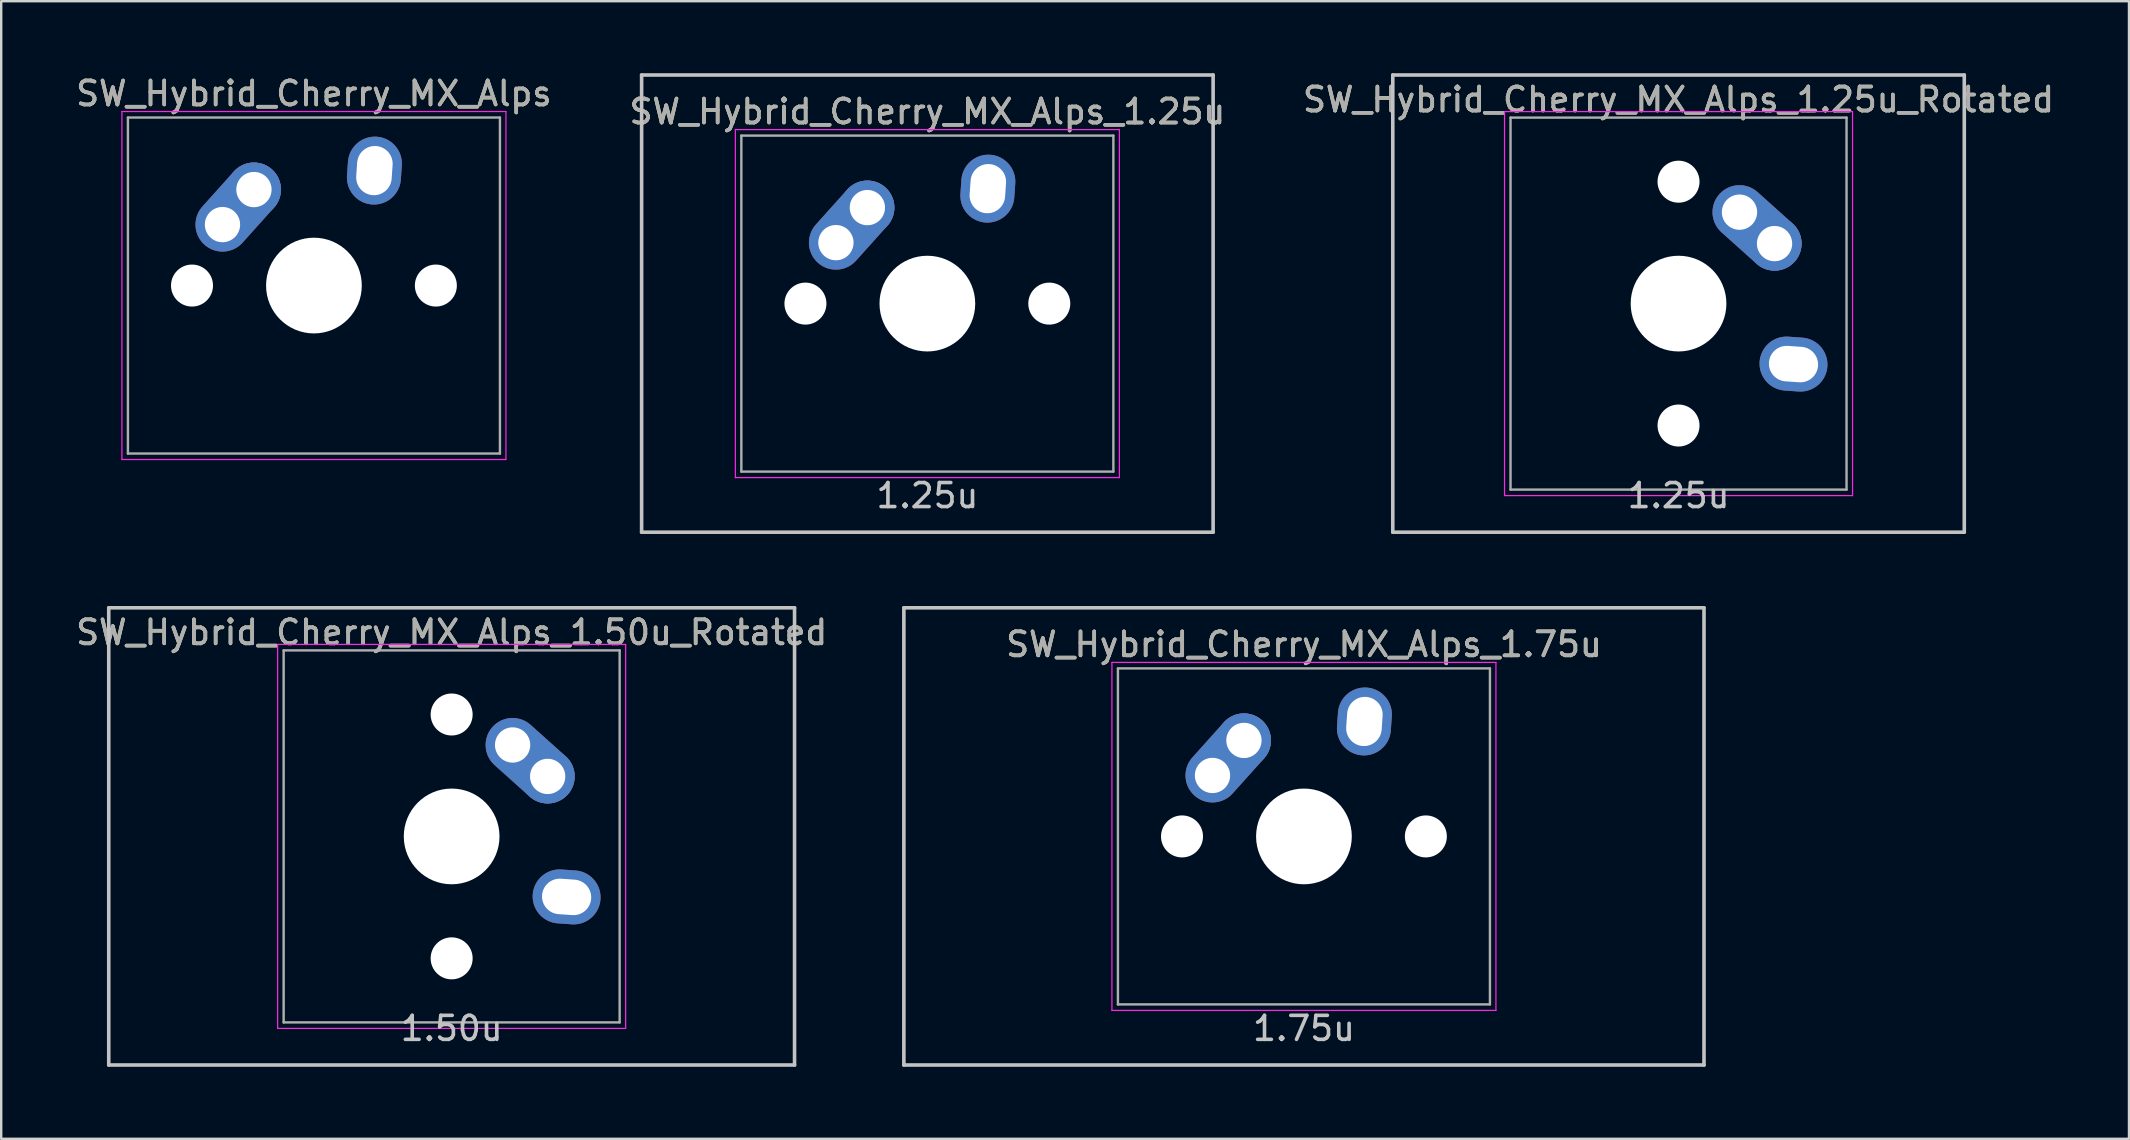
<source format=kicad_pcb>
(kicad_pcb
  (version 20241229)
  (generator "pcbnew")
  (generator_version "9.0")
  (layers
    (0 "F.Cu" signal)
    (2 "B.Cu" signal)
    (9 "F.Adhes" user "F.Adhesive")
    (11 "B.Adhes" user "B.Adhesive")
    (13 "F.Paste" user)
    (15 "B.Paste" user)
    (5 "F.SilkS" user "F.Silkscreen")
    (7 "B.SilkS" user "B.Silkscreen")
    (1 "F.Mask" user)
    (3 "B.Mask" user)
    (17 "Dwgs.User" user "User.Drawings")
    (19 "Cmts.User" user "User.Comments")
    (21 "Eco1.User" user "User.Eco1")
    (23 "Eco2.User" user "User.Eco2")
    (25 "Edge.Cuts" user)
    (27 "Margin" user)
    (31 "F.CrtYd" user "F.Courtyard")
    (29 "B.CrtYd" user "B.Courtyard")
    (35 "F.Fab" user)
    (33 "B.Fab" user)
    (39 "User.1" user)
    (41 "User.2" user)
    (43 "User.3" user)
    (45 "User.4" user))
  (footprint "SW_Hybrid_Cherry_MX_Alps_1.25u_Rotated"
    (layer "F.Cu")
    (at 66.887 9.6)
    (property "Reference" "SW_Hybrid_Cherry_MX_Alps_1.25u_Rotated" (at 0 -8.5 0) (layer "F.SilkS") (effects (font (size 1 1) (thickness 0.15))))
    (attr through_hole)
    (fp_line (start -11.906 -9.525) (end 11.906 -9.525) (stroke (width 0.15) (type solid)) (layer "Dwgs.User"))
    (fp_line (start -11.906 9.525) (end -11.906 -9.525) (stroke (width 0.15) (type solid)) (layer "Dwgs.User"))
    (fp_line (start 11.906 -9.525) (end 11.906 9.525) (stroke (width 0.15) (type solid)) (layer "Dwgs.User"))
    (fp_line (start 11.906 9.525) (end -11.906 9.525) (stroke (width 0.15) (type solid)) (layer "Dwgs.User"))
    (fp_line (start -7.25 -8) (end 7.25 -8) (stroke (width 0.05) (type solid)) (layer "F.CrtYd"))
    (fp_line (start -7.25 8) (end -7.25 -8) (stroke (width 0.05) (type solid)) (layer "F.CrtYd"))
    (fp_line (start 7.25 -8) (end 7.25 8) (stroke (width 0.05) (type solid)) (layer "F.CrtYd"))
    (fp_line (start 7.25 8) (end -7.25 8) (stroke (width 0.05) (type solid)) (layer "F.CrtYd"))
    (fp_line (start -7 -7.75) (end 7 -7.75) (stroke (width 0.1) (type solid)) (layer "F.Fab"))
    (fp_line (start -7 7.75) (end -7 -7.75) (stroke (width 0.1) (type solid)) (layer "F.Fab"))
    (fp_line (start 7 -7.75) (end 7 7.75) (stroke (width 0.1) (type solid)) (layer "F.Fab"))
    (fp_line (start 7 7.75) (end -7 7.75) (stroke (width 0.1) (type solid)) (layer "F.Fab"))
    (fp_text user "1.25u" (at 0 8 0) (layer "Dwgs.User") (effects (font (size 1 1) (thickness 0.15))))
    (fp_text user "${REFERENCE}" (at 0 -8.5 0) (layer "F.Fab") (effects (font (size 1 1) (thickness 0.15))))
    (pad "" np_thru_hole circle (at 0 -5.08 318.1) (size 1.75 1.75) (drill 1.75) (layers "*.Cu" "*.Mask"))
    (pad "" np_thru_hole circle (at 0 0 270) (size 3.988 3.988) (drill 3.988) (layers "*.Cu" "*.Mask"))
    (pad "" np_thru_hole circle (at 0 5.08 318.1) (size 1.75 1.75) (drill 1.75) (layers "*.Cu" "*.Mask"))
    (pad "1" thru_hole oval (at 2.54 -3.81 318.1) (size 4.212 2.25) (drill 1.47 (offset 0.981 0)) (layers "*.Cu" "B.Mask"))
    (pad "1" thru_hole circle (at 4 -2.5 270) (size 2.25 2.25) (drill 1.47) (layers "*.Cu" "B.Mask"))
    (pad "2" thru_hole oval (at 4.79 2.52 356) (size 2.831 2.25) (drill oval 2.051 1.48) (layers "*.Cu" "B.Mask")))
  (footprint "SW_Hybrid_Cherry_MX_Alps_1.75u"
    (layer "F.Cu")
    (at 51.279 31.8)
    (property "Reference" "SW_Hybrid_Cherry_MX_Alps_1.75u" (at 0 -8 0) (layer "F.SilkS") (effects (font (size 1 1) (thickness 0.15))))
    (attr through_hole)
    (fp_line (start -16.669 -9.525) (end 16.669 -9.525) (stroke (width 0.15) (type solid)) (layer "Dwgs.User"))
    (fp_line (start -16.669 9.525) (end -16.669 -9.525) (stroke (width 0.15) (type solid)) (layer "Dwgs.User"))
    (fp_line (start 16.669 -9.525) (end 16.669 9.525) (stroke (width 0.15) (type solid)) (layer "Dwgs.User"))
    (fp_line (start 16.669 9.525) (end -16.669 9.525) (stroke (width 0.15) (type solid)) (layer "Dwgs.User"))
    (fp_line (start -8 -7.25) (end 8 -7.25) (stroke (width 0.05) (type solid)) (layer "F.CrtYd"))
    (fp_line (start -8 7.25) (end -8 -7.25) (stroke (width 0.05) (type solid)) (layer "F.CrtYd"))
    (fp_line (start 8 -7.25) (end 8 7.25) (stroke (width 0.05) (type solid)) (layer "F.CrtYd"))
    (fp_line (start 8 7.25) (end -8 7.25) (stroke (width 0.05) (type solid)) (layer "F.CrtYd"))
    (fp_line (start -7.75 -7) (end 7.75 -7) (stroke (width 0.1) (type solid)) (layer "F.Fab"))
    (fp_line (start -7.75 7) (end -7.75 -7) (stroke (width 0.1) (type solid)) (layer "F.Fab"))
    (fp_line (start 7.75 -7) (end 7.75 7) (stroke (width 0.1) (type solid)) (layer "F.Fab"))
    (fp_line (start 7.75 7) (end -7.75 7) (stroke (width 0.1) (type solid)) (layer "F.Fab"))
    (fp_text user "1.75u" (at 0 8 0) (layer "Dwgs.User") (effects (font (size 1 1) (thickness 0.15))))
    (fp_text user "${REFERENCE}" (at 0 -8 0) (layer "F.Fab") (effects (font (size 1 1) (thickness 0.15))))
    (pad "" np_thru_hole circle (at -5.08 0 48.1) (size 1.75 1.75) (drill 1.75) (layers "*.Cu" "*.Mask"))
    (pad "" np_thru_hole circle (at 0 0) (size 3.988 3.988) (drill 3.988) (layers "*.Cu" "*.Mask"))
    (pad "" np_thru_hole circle (at 5.08 0 48.1) (size 1.75 1.75) (drill 1.75) (layers "*.Cu" "*.Mask"))
    (pad "1" thru_hole oval (at -3.81 -2.54 48.1) (size 4.212 2.25) (drill 1.47 (offset 0.981 0)) (layers "*.Cu" "B.Mask"))
    (pad "1" thru_hole circle (at -2.5 -4) (size 2.25 2.25) (drill 1.47) (layers "*.Cu" "B.Mask"))
    (pad "2" thru_hole oval (at 2.52 -4.79 86) (size 2.831 2.25) (drill oval 2.051 1.48) (layers "*.Cu" "B.Mask")))
  (footprint "SW_Hybrid_Cherry_MX_Alps_1.50u_Rotated"
    (layer "F.Cu")
    (at 15.768 31.8)
    (property "Reference" "SW_Hybrid_Cherry_MX_Alps_1.50u_Rotated" (at 0 -8.5 0) (layer "F.SilkS") (effects (font (size 1 1) (thickness 0.15))))
    (attr through_hole)
    (fp_line (start -14.287 -9.525) (end 14.287 -9.525) (stroke (width 0.15) (type solid)) (layer "Dwgs.User"))
    (fp_line (start -14.287 9.525) (end -14.287 -9.525) (stroke (width 0.15) (type solid)) (layer "Dwgs.User"))
    (fp_line (start 14.287 -9.525) (end 14.287 9.525) (stroke (width 0.15) (type solid)) (layer "Dwgs.User"))
    (fp_line (start 14.287 9.525) (end -14.287 9.525) (stroke (width 0.15) (type solid)) (layer "Dwgs.User"))
    (fp_line (start -7.25 -8) (end 7.25 -8) (stroke (width 0.05) (type solid)) (layer "F.CrtYd"))
    (fp_line (start -7.25 8) (end -7.25 -8) (stroke (width 0.05) (type solid)) (layer "F.CrtYd"))
    (fp_line (start 7.25 -8) (end 7.25 8) (stroke (width 0.05) (type solid)) (layer "F.CrtYd"))
    (fp_line (start 7.25 8) (end -7.25 8) (stroke (width 0.05) (type solid)) (layer "F.CrtYd"))
    (fp_line (start -7 -7.75) (end 7 -7.75) (stroke (width 0.1) (type solid)) (layer "F.Fab"))
    (fp_line (start -7 7.75) (end -7 -7.75) (stroke (width 0.1) (type solid)) (layer "F.Fab"))
    (fp_line (start 7 -7.75) (end 7 7.75) (stroke (width 0.1) (type solid)) (layer "F.Fab"))
    (fp_line (start 7 7.75) (end -7 7.75) (stroke (width 0.1) (type solid)) (layer "F.Fab"))
    (fp_text user "1.50u" (at 0 8 0) (layer "Dwgs.User") (effects (font (size 1 1) (thickness 0.15))))
    (fp_text user "${REFERENCE}" (at 0 -8.5 0) (layer "F.Fab") (effects (font (size 1 1) (thickness 0.15))))
    (pad "" np_thru_hole circle (at 0 -5.08 318.1) (size 1.75 1.75) (drill 1.75) (layers "*.Cu" "*.Mask"))
    (pad "" np_thru_hole circle (at 0 0 270) (size 3.988 3.988) (drill 3.988) (layers "*.Cu" "*.Mask"))
    (pad "" np_thru_hole circle (at 0 5.08 318.1) (size 1.75 1.75) (drill 1.75) (layers "*.Cu" "*.Mask"))
    (pad "1" thru_hole oval (at 2.54 -3.81 318.1) (size 4.212 2.25) (drill 1.47 (offset 0.981 0)) (layers "*.Cu" "B.Mask"))
    (pad "1" thru_hole circle (at 4 -2.5 270) (size 2.25 2.25) (drill 1.47) (layers "*.Cu" "B.Mask"))
    (pad "2" thru_hole oval (at 4.79 2.52 356) (size 2.831 2.25) (drill oval 2.051 1.48) (layers "*.Cu" "B.Mask")))
  (footprint "SW_Hybrid_Cherry_MX_Alps_1.25u"
    (layer "F.Cu")
    (at 35.589 9.6)
    (property "Reference" "SW_Hybrid_Cherry_MX_Alps_1.25u" (at 0 -8 0) (layer "F.SilkS") (effects (font (size 1 1) (thickness 0.15))))
    (attr through_hole)
    (fp_line (start -11.906 -9.525) (end 11.906 -9.525) (stroke (width 0.15) (type solid)) (layer "Dwgs.User"))
    (fp_line (start -11.906 9.525) (end -11.906 -9.525) (stroke (width 0.15) (type solid)) (layer "Dwgs.User"))
    (fp_line (start 11.906 -9.525) (end 11.906 9.525) (stroke (width 0.15) (type solid)) (layer "Dwgs.User"))
    (fp_line (start 11.906 9.525) (end -11.906 9.525) (stroke (width 0.15) (type solid)) (layer "Dwgs.User"))
    (fp_line (start -8 -7.25) (end 8 -7.25) (stroke (width 0.05) (type solid)) (layer "F.CrtYd"))
    (fp_line (start -8 7.25) (end -8 -7.25) (stroke (width 0.05) (type solid)) (layer "F.CrtYd"))
    (fp_line (start 8 -7.25) (end 8 7.25) (stroke (width 0.05) (type solid)) (layer "F.CrtYd"))
    (fp_line (start 8 7.25) (end -8 7.25) (stroke (width 0.05) (type solid)) (layer "F.CrtYd"))
    (fp_line (start -7.75 -7) (end 7.75 -7) (stroke (width 0.1) (type solid)) (layer "F.Fab"))
    (fp_line (start -7.75 7) (end -7.75 -7) (stroke (width 0.1) (type solid)) (layer "F.Fab"))
    (fp_line (start 7.75 -7) (end 7.75 7) (stroke (width 0.1) (type solid)) (layer "F.Fab"))
    (fp_line (start 7.75 7) (end -7.75 7) (stroke (width 0.1) (type solid)) (layer "F.Fab"))
    (fp_text user "1.25u" (at 0 8 0) (layer "Dwgs.User") (effects (font (size 1 1) (thickness 0.15))))
    (fp_text user "${REFERENCE}" (at 0 -8 0) (layer "F.Fab") (effects (font (size 1 1) (thickness 0.15))))
    (pad "" np_thru_hole circle (at -5.08 0 48.1) (size 1.75 1.75) (drill 1.75) (layers "*.Cu" "*.Mask"))
    (pad "" np_thru_hole circle (at 0 0) (size 3.988 3.988) (drill 3.988) (layers "*.Cu" "*.Mask"))
    (pad "" np_thru_hole circle (at 5.08 0 48.1) (size 1.75 1.75) (drill 1.75) (layers "*.Cu" "*.Mask"))
    (pad "1" thru_hole oval (at -3.81 -2.54 48.1) (size 4.212 2.25) (drill 1.47 (offset 0.981 0)) (layers "*.Cu" "B.Mask"))
    (pad "1" thru_hole circle (at -2.5 -4) (size 2.25 2.25) (drill 1.47) (layers "*.Cu" "B.Mask"))
    (pad "2" thru_hole oval (at 2.52 -4.79 86) (size 2.831 2.25) (drill oval 2.051 1.48) (layers "*.Cu" "B.Mask")))
  (footprint "SW_Hybrid_Cherry_MX_Alps"
    (layer "F.Cu")
    (at 10.03 8.848)
    (property "Reference" "SW_Hybrid_Cherry_MX_Alps" (at 0 -8 0) (layer "F.SilkS") (effects (font (size 1 1) (thickness 0.15))))
    (attr through_hole)
    (fp_line (start -8 -7.25) (end 8 -7.25) (stroke (width 0.05) (type solid)) (layer "F.CrtYd"))
    (fp_line (start -8 7.25) (end -8 -7.25) (stroke (width 0.05) (type solid)) (layer "F.CrtYd"))
    (fp_line (start 8 -7.25) (end 8 7.25) (stroke (width 0.05) (type solid)) (layer "F.CrtYd"))
    (fp_line (start 8 7.25) (end -8 7.25) (stroke (width 0.05) (type solid)) (layer "F.CrtYd"))
    (fp_line (start -7.75 -7) (end 7.75 -7) (stroke (width 0.1) (type solid)) (layer "F.Fab"))
    (fp_line (start -7.75 7) (end -7.75 -7) (stroke (width 0.1) (type solid)) (layer "F.Fab"))
    (fp_line (start 7.75 -7) (end 7.75 7) (stroke (width 0.1) (type solid)) (layer "F.Fab"))
    (fp_line (start 7.75 7) (end -7.75 7) (stroke (width 0.1) (type solid)) (layer "F.Fab"))
    (fp_text user "${REFERENCE}" (at 0 -8 0) (layer "F.Fab") (effects (font (size 1 1) (thickness 0.15))))
    (pad "" np_thru_hole circle (at -5.08 0 48.1) (size 1.75 1.75) (drill 1.75) (layers "*.Cu" "*.Mask"))
    (pad "" np_thru_hole circle (at 0 0) (size 3.988 3.988) (drill 3.988) (layers "*.Cu" "*.Mask"))
    (pad "" np_thru_hole circle (at 5.08 0 48.1) (size 1.75 1.75) (drill 1.75) (layers "*.Cu" "*.Mask"))
    (pad "1" thru_hole oval (at -3.81 -2.54 48.1) (size 4.212 2.25) (drill 1.47 (offset 0.981 0)) (layers "*.Cu" "B.Mask"))
    (pad "1" thru_hole circle (at -2.5 -4) (size 2.25 2.25) (drill 1.47) (layers "*.Cu" "B.Mask"))
    (pad "2" thru_hole oval (at 2.52 -4.79 86) (size 2.831 2.25) (drill oval 2.051 1.48) (layers "*.Cu" "B.Mask")))
  (gr_rect
    (start -3 -3)
    (end 85.655 44.4)
    (stroke (width 0.1) (type default))
    (fill no)
    (layer "Edge.Cuts")))
</source>
